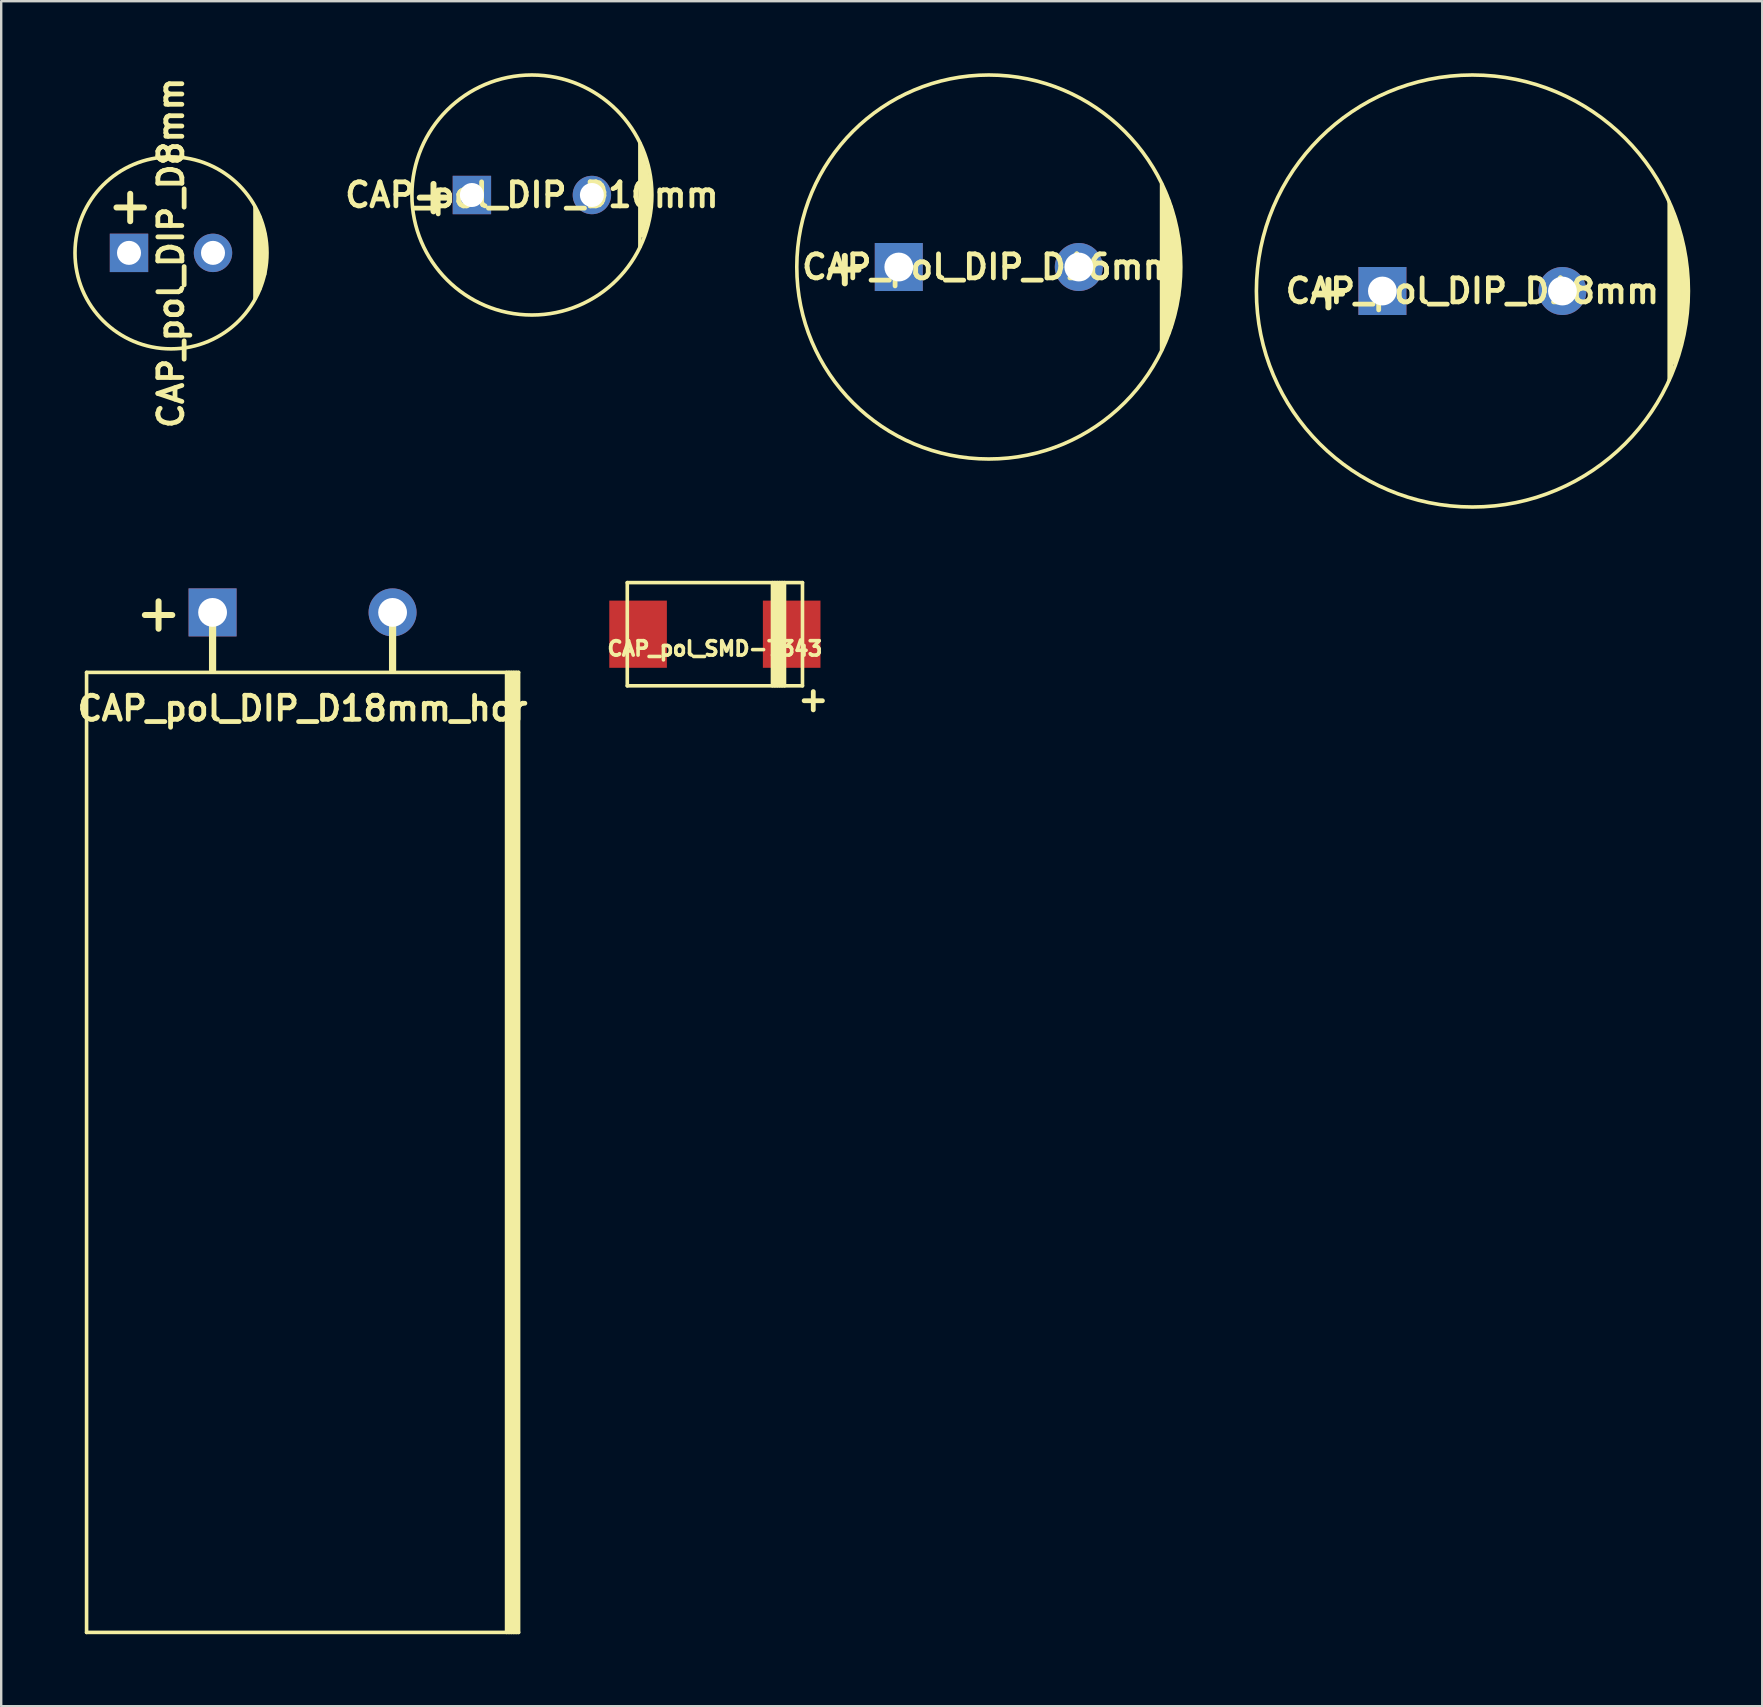
<source format=kicad_pcb>
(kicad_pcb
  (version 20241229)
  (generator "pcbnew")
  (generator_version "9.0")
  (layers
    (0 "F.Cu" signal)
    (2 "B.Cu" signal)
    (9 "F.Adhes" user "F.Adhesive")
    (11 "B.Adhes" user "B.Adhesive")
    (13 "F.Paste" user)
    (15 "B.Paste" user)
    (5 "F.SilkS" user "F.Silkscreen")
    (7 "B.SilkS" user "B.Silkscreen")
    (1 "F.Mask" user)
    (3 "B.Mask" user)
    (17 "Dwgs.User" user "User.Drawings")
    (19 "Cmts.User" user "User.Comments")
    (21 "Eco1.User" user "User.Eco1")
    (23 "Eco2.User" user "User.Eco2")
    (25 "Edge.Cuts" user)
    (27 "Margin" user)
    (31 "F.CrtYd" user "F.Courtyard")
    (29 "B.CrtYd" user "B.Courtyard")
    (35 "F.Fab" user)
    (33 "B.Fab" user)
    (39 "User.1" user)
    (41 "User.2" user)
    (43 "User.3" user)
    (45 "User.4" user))
  (footprint "CAP_pol_DIP_D8mm"
    (layer "F.Cu")
    (at 4.075 7.486)
    (property "Reference" "CAP_pol_DIP_D8mm" (at 0 0 90) (layer "F.SilkS") (effects (font (size 1 1) (thickness 0.2))))
    (attr through_hole)
    (fp_line (start 3.5 -1.9) (end 3.5 1.9) (stroke (width 0.15) (type solid)) (layer "F.SilkS"))
    (fp_line (start 3.6 1.7) (end 3.6 -1.7) (stroke (width 0.15) (type solid)) (layer "F.SilkS"))
    (fp_line (start 3.7 -1.5) (end 3.7 1.5) (stroke (width 0.15) (type solid)) (layer "F.SilkS"))
    (fp_line (start 3.8 1.2) (end 3.8 -1.2) (stroke (width 0.15) (type solid)) (layer "F.SilkS"))
    (fp_line (start 3.9 -0.8) (end 3.9 0.9) (stroke (width 0.15) (type solid)) (layer "F.SilkS"))
    (fp_circle (center 0 0) (end 4 0) (stroke (width 0.15) (type solid)) (fill no) (layer "F.SilkS"))
    (fp_text user "+" (at -1.7 -2 0) (layer "F.SilkS") (effects (font (size 1.5 1.5) (thickness 0.25))))
    (pad "1" thru_hole rect (at -1.75 0) (size 1.6 1.6) (drill 1) (layers "*.Cu" "*.Mask"))
    (pad "2" thru_hole circle (at 1.75 0) (size 1.6 1.6) (drill 1) (layers "*.Cu" "*.Mask")))
  (footprint "CAP_pol_DIP_D18mm"
    (layer "F.Cu")
    (at 58.299 9.075)
    (property "Reference" "CAP_pol_DIP_D18mm" (at 0 0 0) (layer "F.SilkS") (effects (font (size 1 1) (thickness 0.2))))
    (attr through_hole)
    (fp_line (start 8.2 -3.7) (end 8.2 3.7) (stroke (width 0.15) (type solid)) (layer "F.SilkS"))
    (fp_line (start 8.3 3.4) (end 8.3 -3.4) (stroke (width 0.15) (type solid)) (layer "F.SilkS"))
    (fp_line (start 8.4 3) (end 8.4 -3.2) (stroke (width 0.15) (type solid)) (layer "F.SilkS"))
    (fp_line (start 8.5 2.9) (end 8.5 -2.9) (stroke (width 0.15) (type solid)) (layer "F.SilkS"))
    (fp_line (start 8.6 -2.5) (end 8.6 2.5) (stroke (width 0.15) (type solid)) (layer "F.SilkS"))
    (fp_line (start 8.7 2.1) (end 8.7 -2.1) (stroke (width 0.15) (type solid)) (layer "F.SilkS"))
    (fp_line (start 8.8 -1.7) (end 8.8 1.7) (stroke (width 0.15) (type solid)) (layer "F.SilkS"))
    (fp_line (start 8.9 1.2) (end 8.9 -1.2) (stroke (width 0.15) (type solid)) (layer "F.SilkS"))
    (fp_circle (center 0 0) (end 9 0) (stroke (width 0.15) (type solid)) (fill no) (layer "F.SilkS"))
    (fp_text user "+" (at -6 0 0) (layer "F.SilkS") (effects (font (size 1.5 1.5) (thickness 0.25))))
    (pad "1" thru_hole rect (at -3.75 0) (size 2 2) (drill 1.2) (layers "*.Cu" "*.Mask"))
    (pad "2" thru_hole circle (at 3.75 0) (size 2 2) (drill 1.2) (layers "*.Cu" "*.Mask")))
  (footprint "CAP_pol_DIP_D18mm_hor"
    (layer "F.Cu")
    (at 9.557 22.466)
    (property "Reference" "CAP_pol_DIP_D18mm_hor" (at 0 4 0) (layer "F.SilkS") (effects (font (size 1 1) (thickness 0.2))))
    (attr through_hole)
    (fp_line (start -9 42.5) (end -9 2.5) (stroke (width 0.15) (type solid)) (layer "F.SilkS"))
    (fp_line (start -3.75 2.4) (end -3.75 0) (stroke (width 0.3) (type solid)) (layer "F.SilkS"))
    (fp_line (start 3.75 2.4) (end 3.75 0) (stroke (width 0.3) (type solid)) (layer "F.SilkS"))
    (fp_line (start 8.5 2.5) (end 8.5 42.5) (stroke (width 0.15) (type solid)) (layer "F.SilkS"))
    (fp_line (start 8.6 42.5) (end 8.6 2.5) (stroke (width 0.15) (type solid)) (layer "F.SilkS"))
    (fp_line (start 8.7 2.5) (end 8.7 42.5) (stroke (width 0.15) (type solid)) (layer "F.SilkS"))
    (fp_line (start 8.8 42.5) (end 8.8 2.5) (stroke (width 0.15) (type solid)) (layer "F.SilkS"))
    (fp_line (start 8.9 2.5) (end 8.9 42.5) (stroke (width 0.15) (type solid)) (layer "F.SilkS"))
    (fp_line (start 9 2.5) (end -9 2.5) (stroke (width 0.15) (type solid)) (layer "F.SilkS"))
    (fp_line (start 9 2.5) (end 9 42.5) (stroke (width 0.15) (type solid)) (layer "F.SilkS"))
    (fp_line (start 9 42.5) (end -9 42.5) (stroke (width 0.15) (type solid)) (layer "F.SilkS"))
    (fp_text user "+" (at -6 0 0) (layer "F.SilkS") (effects (font (size 1.5 1.5) (thickness 0.25))))
    (pad "1" thru_hole rect (at -3.75 0) (size 2 2) (drill 1.2) (layers "*.Cu" "*.Mask"))
    (pad "2" thru_hole circle (at 3.75 0) (size 2 2) (drill 1.2) (layers "*.Cu" "*.Mask")))
  (footprint "CAP_pol_SMD-7343"
    (layer "F.Cu")
    (at 26.736 23.375)
    (property "Reference" "CAP_pol_SMD-7343" (at 0 0.6 0) (layer "F.SilkS") (effects (font (size 0.6 0.6) (thickness 0.15))))
    (attr smd)
    (fp_line (start -3.65 -2.15) (end 3.65 -2.15) (stroke (width 0.15) (type solid)) (layer "F.SilkS"))
    (fp_line (start -3.65 2.15) (end -3.65 -2.15) (stroke (width 0.15) (type solid)) (layer "F.SilkS"))
    (fp_line (start 2.4 -2.15) (end 2.4 2.15) (stroke (width 0.15) (type solid)) (layer "F.SilkS"))
    (fp_line (start 2.5 2.15) (end 2.5 -2.15) (stroke (width 0.15) (type solid)) (layer "F.SilkS"))
    (fp_line (start 2.6 2.15) (end 2.6 -2.15) (stroke (width 0.15) (type solid)) (layer "F.SilkS"))
    (fp_line (start 2.7 -2.15) (end 2.7 2.15) (stroke (width 0.15) (type solid)) (layer "F.SilkS"))
    (fp_line (start 2.8 2.15) (end 2.8 -2.15) (stroke (width 0.15) (type solid)) (layer "F.SilkS"))
    (fp_line (start 2.9 2.15) (end 2.9 -2.15) (stroke (width 0.15) (type solid)) (layer "F.SilkS"))
    (fp_line (start 3.65 2.15) (end -3.65 2.15) (stroke (width 0.15) (type solid)) (layer "F.SilkS"))
    (fp_line (start 3.65 2.15) (end 3.65 -2.15) (stroke (width 0.15) (type solid)) (layer "F.SilkS"))
    (fp_text user "+" (at 4.1 2.7 180) (layer "F.SilkS") (effects (font (size 1 1) (thickness 0.2))))
    (pad "1" smd rect (at 3.2 0 180) (size 2.4 2.8) (layers "F.Cu" "F.Mask" "F.Paste"))
    (pad "2" smd rect (at -3.2 0 180) (size 2.4 2.8) (layers "F.Cu" "F.Mask" "F.Paste")))
  (footprint "CAP_pol_DIP_D16mm"
    (layer "F.Cu")
    (at 38.149 8.075)
    (property "Reference" "CAP_pol_DIP_D16mm" (at 0 0 0) (layer "F.SilkS") (effects (font (size 1 1) (thickness 0.2))))
    (attr through_hole)
    (fp_line (start 7.2 -3.45) (end 7.2 3.45) (stroke (width 0.15) (type solid)) (layer "F.SilkS"))
    (fp_line (start 7.3 3.2) (end 7.3 -3.2) (stroke (width 0.15) (type solid)) (layer "F.SilkS"))
    (fp_line (start 7.4 3) (end 7.4 -3) (stroke (width 0.15) (type solid)) (layer "F.SilkS"))
    (fp_line (start 7.5 2.75) (end 7.5 -2.75) (stroke (width 0.15) (type solid)) (layer "F.SilkS"))
    (fp_line (start 7.6 -2.5) (end 7.6 2.5) (stroke (width 0.15) (type solid)) (layer "F.SilkS"))
    (fp_line (start 7.7 2.1) (end 7.7 -2.1) (stroke (width 0.15) (type solid)) (layer "F.SilkS"))
    (fp_line (start 7.8 -1.7) (end 7.8 1.7) (stroke (width 0.15) (type solid)) (layer "F.SilkS"))
    (fp_line (start 7.9 1.2) (end 7.9 -1.2) (stroke (width 0.15) (type solid)) (layer "F.SilkS"))
    (fp_circle (center 0 0) (end 8 0) (stroke (width 0.15) (type solid)) (fill no) (layer "F.SilkS"))
    (fp_text user "+" (at -6 0 0) (layer "F.SilkS") (effects (font (size 1.5 1.5) (thickness 0.25))))
    (pad "1" thru_hole rect (at -3.75 0) (size 2 2) (drill 1.2) (layers "*.Cu" "*.Mask"))
    (pad "2" thru_hole circle (at 3.75 0) (size 2 2) (drill 1.2) (layers "*.Cu" "*.Mask")))
  (footprint "CAP_pol_DIP_D10mm"
    (layer "F.Cu")
    (at 19.112 5.075)
    (property "Reference" "CAP_pol_DIP_D10mm" (at 0 0 0) (layer "F.SilkS") (effects (font (size 1 1) (thickness 0.2))))
    (attr through_hole)
    (fp_line (start 4.5 -2.15) (end 4.5 2.15) (stroke (width 0.15) (type solid)) (layer "F.SilkS"))
    (fp_line (start 4.6 1.7) (end 4.6 -1.9) (stroke (width 0.15) (type solid)) (layer "F.SilkS"))
    (fp_line (start 4.7 -1.5) (end 4.7 1.5) (stroke (width 0.15) (type solid)) (layer "F.SilkS"))
    (fp_line (start 4.8 1.2) (end 4.8 -1.2) (stroke (width 0.15) (type solid)) (layer "F.SilkS"))
    (fp_line (start 4.9 -0.8) (end 4.9 0.9) (stroke (width 0.15) (type solid)) (layer "F.SilkS"))
    (fp_circle (center 0 0) (end 5 0) (stroke (width 0.15) (type solid)) (fill no) (layer "F.SilkS"))
    (fp_text user "+" (at -4.1 0 0) (layer "F.SilkS") (effects (font (size 1.5 1.5) (thickness 0.25))))
    (pad "1" thru_hole rect (at -2.5 0) (size 1.6 1.6) (drill 1) (layers "*.Cu" "*.Mask"))
    (pad "2" thru_hole circle (at 2.5 0) (size 1.6 1.6) (drill 1) (layers "*.Cu" "*.Mask")))
  (gr_rect
    (start -3 -3)
    (end 70.374 68.041)
    (stroke (width 0.1) (type default))
    (fill no)
    (layer "Edge.Cuts")))
</source>
